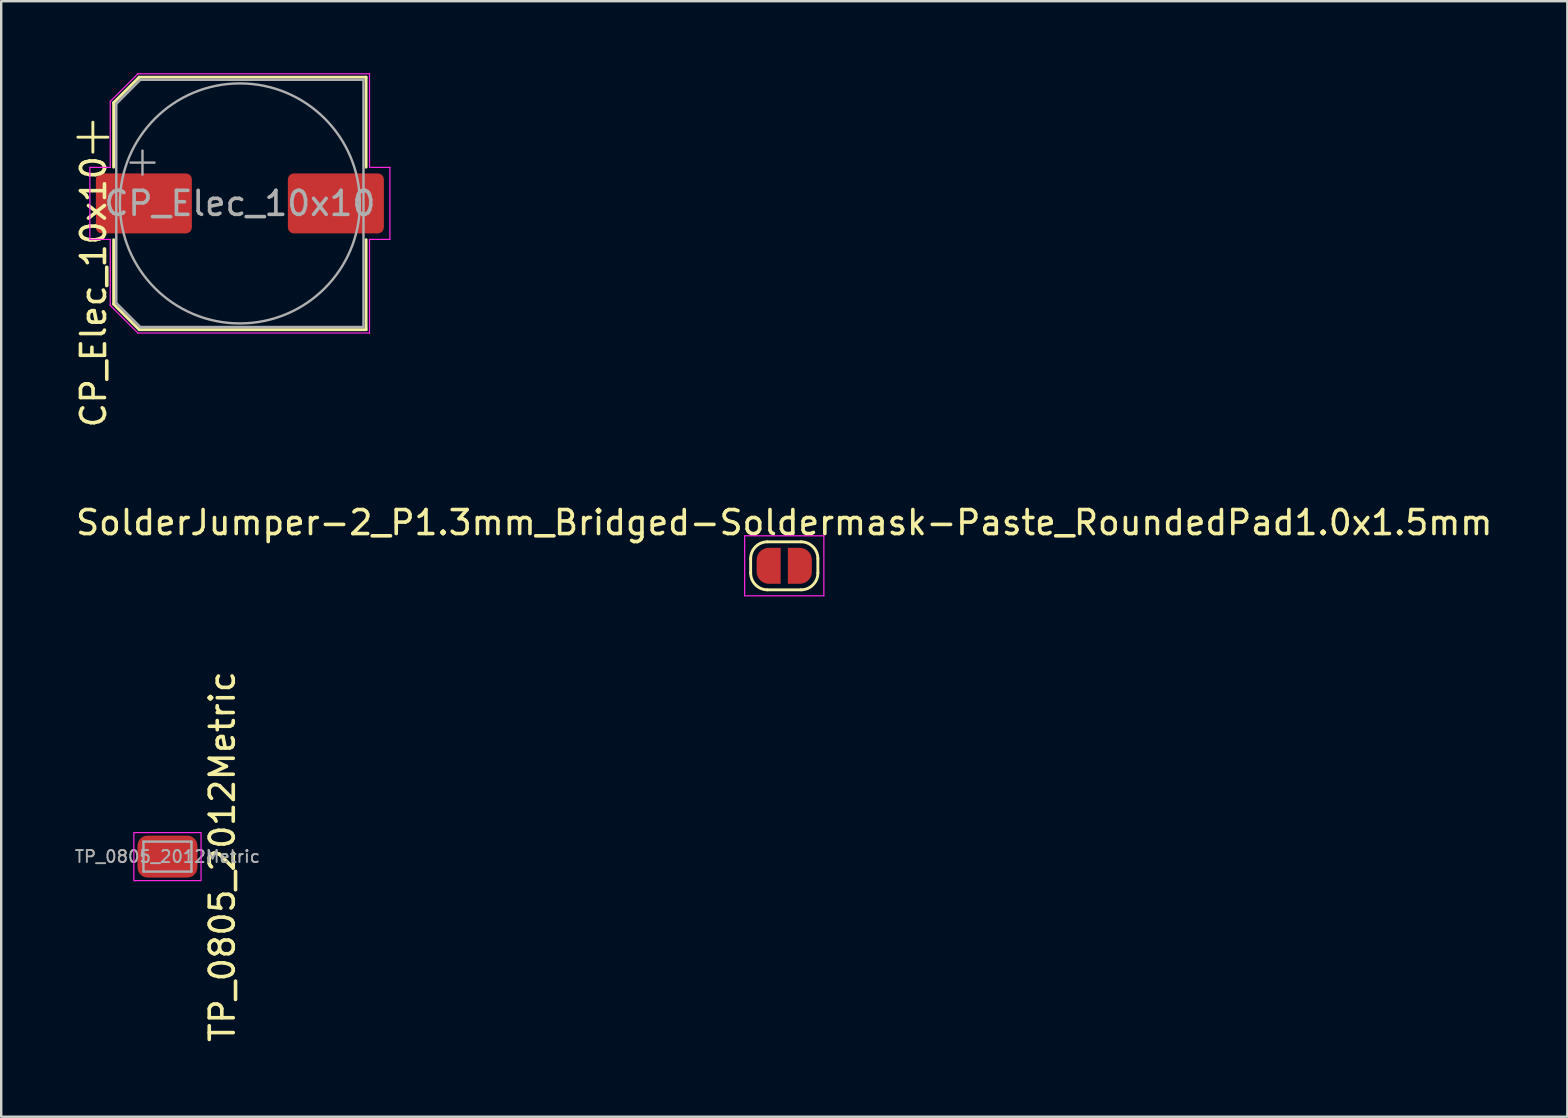
<source format=kicad_pcb>
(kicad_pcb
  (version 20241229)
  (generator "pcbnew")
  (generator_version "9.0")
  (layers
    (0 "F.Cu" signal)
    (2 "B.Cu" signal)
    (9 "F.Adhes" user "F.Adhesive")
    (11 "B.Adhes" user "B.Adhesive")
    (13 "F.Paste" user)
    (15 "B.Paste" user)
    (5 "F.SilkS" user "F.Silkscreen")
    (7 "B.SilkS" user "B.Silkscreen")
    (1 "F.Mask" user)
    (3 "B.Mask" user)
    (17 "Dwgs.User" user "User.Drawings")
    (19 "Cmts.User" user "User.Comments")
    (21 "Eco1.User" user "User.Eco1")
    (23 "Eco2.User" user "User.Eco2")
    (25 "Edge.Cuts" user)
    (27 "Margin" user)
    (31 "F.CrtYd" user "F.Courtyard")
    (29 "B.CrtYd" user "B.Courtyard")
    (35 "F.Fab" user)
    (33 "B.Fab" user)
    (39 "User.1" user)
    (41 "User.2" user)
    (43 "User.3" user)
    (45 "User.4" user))
  (footprint "SolderJumper-2_P1.3mm_Bridged-Soldermask-Paste_RoundedPad1.0x1.5mm"
    (layer "F.Cu")
    (at 29.625 20.524)
    (property "Reference" "SolderJumper-2_P1.3mm_Bridged-Soldermask-Paste_RoundedPad1.0x1.5mm" (at 0 -1.8 0) (layer "F.SilkS") (effects (font (size 1 1) (thickness 0.15))))
    (attr exclude_from_pos_files exclude_from_bom)
    (fp_poly (pts (xy -0.65 -0.75) (xy 0.65 -0.75) (xy 0.65 0.75) (xy -0.65 0.75)) (stroke (width 0) (type solid)) (fill yes) (layer "F.Mask"))
    (fp_line (start -1.4 0.3) (end -1.4 -0.3) (stroke (width 0.12) (type solid)) (layer "F.SilkS"))
    (fp_line (start -0.7 -1) (end 0.7 -1) (stroke (width 0.12) (type solid)) (layer "F.SilkS"))
    (fp_line (start 0.7 1) (end -0.7 1) (stroke (width 0.12) (type solid)) (layer "F.SilkS"))
    (fp_line (start 1.4 -0.3) (end 1.4 0.3) (stroke (width 0.12) (type solid)) (layer "F.SilkS"))
    (fp_arc (start -1.4 -0.3) (mid -1.194975 -0.794975) (end -0.7 -1) (stroke (width 0.12) (type solid)) (layer "F.SilkS"))
    (fp_arc (start -0.7 1) (mid -1.194975 0.794975) (end -1.4 0.3) (stroke (width 0.12) (type solid)) (layer "F.SilkS"))
    (fp_arc (start 0.7 -1) (mid 1.194975 -0.794975) (end 1.4 -0.3) (stroke (width 0.12) (type solid)) (layer "F.SilkS"))
    (fp_arc (start 1.4 0.3) (mid 1.194975 0.794975) (end 0.7 1) (stroke (width 0.12) (type solid)) (layer "F.SilkS"))
    (fp_poly (pts (xy -0.65 -0.75) (xy 0.65 -0.75) (xy 0.65 0.75) (xy -0.65 0.75)) (stroke (width 0) (type solid)) (fill yes) (layer "F.Paste"))
    (fp_line (start -1.65 -1.25) (end -1.65 1.25) (stroke (width 0.05) (type solid)) (layer "F.CrtYd"))
    (fp_line (start -1.65 -1.25) (end 1.65 -1.25) (stroke (width 0.05) (type solid)) (layer "F.CrtYd"))
    (fp_line (start 1.65 1.25) (end -1.65 1.25) (stroke (width 0.05) (type solid)) (layer "F.CrtYd"))
    (fp_line (start 1.65 1.25) (end 1.65 -1.25) (stroke (width 0.05) (type solid)) (layer "F.CrtYd"))
    (pad "1" smd custom (at -0.65 0) (size 1 0.5) (layers "F.Cu" "F.Mask" "F.Paste") (options (anchor rect)) (primitives (gr_circle (center 0 0.25) (end 0.5 0.25) (width 0) (fill yes)) (gr_circle (center 0 -0.25) (end 0.5 -0.25) (width 0) (fill yes)) (gr_poly (pts (xy 0.5 0.75) (xy 0 0.75) (xy 0 -0.75) (xy 0.5 -0.75)) (width 0) (fill yes))))
    (pad "2" smd custom (at 0.65 0) (size 1 0.5) (layers "F.Cu" "F.Mask" "F.Paste") (options (anchor rect)) (primitives (gr_circle (center 0 0.25) (end 0.5 0.25) (width 0) (fill yes)) (gr_circle (center 0 -0.25) (end 0.5 -0.25) (width 0) (fill yes)) (gr_poly (pts (xy 0 0.75) (xy -0.5 0.75) (xy -0.5 -0.75) (xy 0 -0.75)) (width 0) (fill yes)))))
  (footprint "TP_0805_2012Metric"
    (layer "F.Cu")
    (at 3.927 32.638)
    (property "Reference" "TP_0805_2012Metric" (at 2.286 0 270) (layer "F.SilkS") (effects (font (size 1 1) (thickness 0.15))))
    (attr smd)
    (fp_rect (start -1.4 -1) (end 1.4 1) (stroke (width 0.05) (type default)) (fill no) (layer "F.CrtYd"))
    (fp_line (start -1 -0.625) (end 1 -0.625) (stroke (width 0.1) (type solid)) (layer "F.Fab"))
    (fp_line (start -1 0.625) (end -1 -0.625) (stroke (width 0.1) (type solid)) (layer "F.Fab"))
    (fp_line (start 1 -0.625) (end 1 0.625) (stroke (width 0.1) (type solid)) (layer "F.Fab"))
    (fp_line (start 1 0.625) (end -1 0.625) (stroke (width 0.1) (type solid)) (layer "F.Fab"))
    (fp_text user "${REFERENCE}" (at 0 0 0) (layer "F.Fab") (effects (font (size 0.5 0.5) (thickness 0.08))))
    (pad "1" smd roundrect (at 0 0) (size 2.5 1.75) (layers "F.Cu" "F.Mask" "F.Paste") (roundrect_rratio 0.244)))
  (footprint "CP_Elec_10x10"
    (layer "F.Cu")
    (at 6.944 5.425)
    (property "Reference" "CP_Elec_10x10" (at -6.096 3.683 270) (layer "F.SilkS") (effects (font (size 1 1) (thickness 0.15))))
    (attr smd)
    (fp_line (start -6.75 -2.76) (end -5.5 -2.76) (stroke (width 0.12) (type solid)) (layer "F.SilkS"))
    (fp_line (start -6.125 -3.385) (end -6.125 -2.135) (stroke (width 0.12) (type solid)) (layer "F.SilkS"))
    (fp_line (start -5.26 -4.196) (end -5.26 -1.51) (stroke (width 0.12) (type solid)) (layer "F.SilkS"))
    (fp_line (start -5.26 -4.196) (end -4.196 -5.26) (stroke (width 0.12) (type solid)) (layer "F.SilkS"))
    (fp_line (start -5.26 4.196) (end -5.26 1.51) (stroke (width 0.12) (type solid)) (layer "F.SilkS"))
    (fp_line (start -5.26 4.196) (end -4.196 5.26) (stroke (width 0.12) (type solid)) (layer "F.SilkS"))
    (fp_line (start -4.196 -5.26) (end 5.26 -5.26) (stroke (width 0.12) (type solid)) (layer "F.SilkS"))
    (fp_line (start -4.196 5.26) (end 5.26 5.26) (stroke (width 0.12) (type solid)) (layer "F.SilkS"))
    (fp_line (start 5.26 -5.26) (end 5.26 -1.51) (stroke (width 0.12) (type solid)) (layer "F.SilkS"))
    (fp_line (start 5.26 5.26) (end 5.26 1.51) (stroke (width 0.12) (type solid)) (layer "F.SilkS"))
    (fp_line (start -6.25 -1.5) (end -6.25 1.5) (stroke (width 0.05) (type solid)) (layer "F.CrtYd"))
    (fp_line (start -6.25 1.5) (end -5.4 1.5) (stroke (width 0.05) (type solid)) (layer "F.CrtYd"))
    (fp_line (start -5.4 -4.25) (end -5.4 -1.5) (stroke (width 0.05) (type solid)) (layer "F.CrtYd"))
    (fp_line (start -5.4 -4.25) (end -4.25 -5.4) (stroke (width 0.05) (type solid)) (layer "F.CrtYd"))
    (fp_line (start -5.4 -1.5) (end -6.25 -1.5) (stroke (width 0.05) (type solid)) (layer "F.CrtYd"))
    (fp_line (start -5.4 1.5) (end -5.4 4.25) (stroke (width 0.05) (type solid)) (layer "F.CrtYd"))
    (fp_line (start -5.4 4.25) (end -4.25 5.4) (stroke (width 0.05) (type solid)) (layer "F.CrtYd"))
    (fp_line (start -4.25 -5.4) (end 5.4 -5.4) (stroke (width 0.05) (type solid)) (layer "F.CrtYd"))
    (fp_line (start -4.25 5.4) (end 5.4 5.4) (stroke (width 0.05) (type solid)) (layer "F.CrtYd"))
    (fp_line (start 5.4 -5.4) (end 5.4 -1.5) (stroke (width 0.05) (type solid)) (layer "F.CrtYd"))
    (fp_line (start 5.4 -1.5) (end 6.25 -1.5) (stroke (width 0.05) (type solid)) (layer "F.CrtYd"))
    (fp_line (start 5.4 1.5) (end 5.4 5.4) (stroke (width 0.05) (type solid)) (layer "F.CrtYd"))
    (fp_line (start 6.25 -1.5) (end 6.25 1.5) (stroke (width 0.05) (type solid)) (layer "F.CrtYd"))
    (fp_line (start 6.25 1.5) (end 5.4 1.5) (stroke (width 0.05) (type solid)) (layer "F.CrtYd"))
    (fp_line (start -5.15 -4.15) (end -5.15 4.15) (stroke (width 0.1) (type solid)) (layer "F.Fab"))
    (fp_line (start -5.15 -4.15) (end -4.15 -5.15) (stroke (width 0.1) (type solid)) (layer "F.Fab"))
    (fp_line (start -5.15 4.15) (end -4.15 5.15) (stroke (width 0.1) (type solid)) (layer "F.Fab"))
    (fp_line (start -4.558 -1.7) (end -3.558 -1.7) (stroke (width 0.1) (type solid)) (layer "F.Fab"))
    (fp_line (start -4.15 -5.15) (end 5.15 -5.15) (stroke (width 0.1) (type solid)) (layer "F.Fab"))
    (fp_line (start -4.15 5.15) (end 5.15 5.15) (stroke (width 0.1) (type solid)) (layer "F.Fab"))
    (fp_line (start -4.058 -2.2) (end -4.058 -1.2) (stroke (width 0.1) (type solid)) (layer "F.Fab"))
    (fp_line (start 5.15 -5.15) (end 5.15 5.15) (stroke (width 0.1) (type solid)) (layer "F.Fab"))
    (fp_circle (center 0 0) (end 5 0) (stroke (width 0.1) (type solid)) (fill no) (layer "F.Fab"))
    (fp_text user "${REFERENCE}" (at 0 0 180) (layer "F.Fab") (effects (font (size 1 1) (thickness 0.15))))
    (pad "1" smd roundrect (at -4 0) (size 4 2.5) (layers "F.Cu" "F.Mask" "F.Paste") (roundrect_rratio 0.1))
    (pad "2" smd roundrect (at 4 0) (size 4 2.5) (layers "F.Cu" "F.Mask" "F.Paste") (roundrect_rratio 0.1)))
  (gr_rect
    (start -3 -3)
    (end 62.25 43.478)
    (stroke (width 0.1) (type default))
    (fill no)
    (layer "Edge.Cuts")))
</source>
